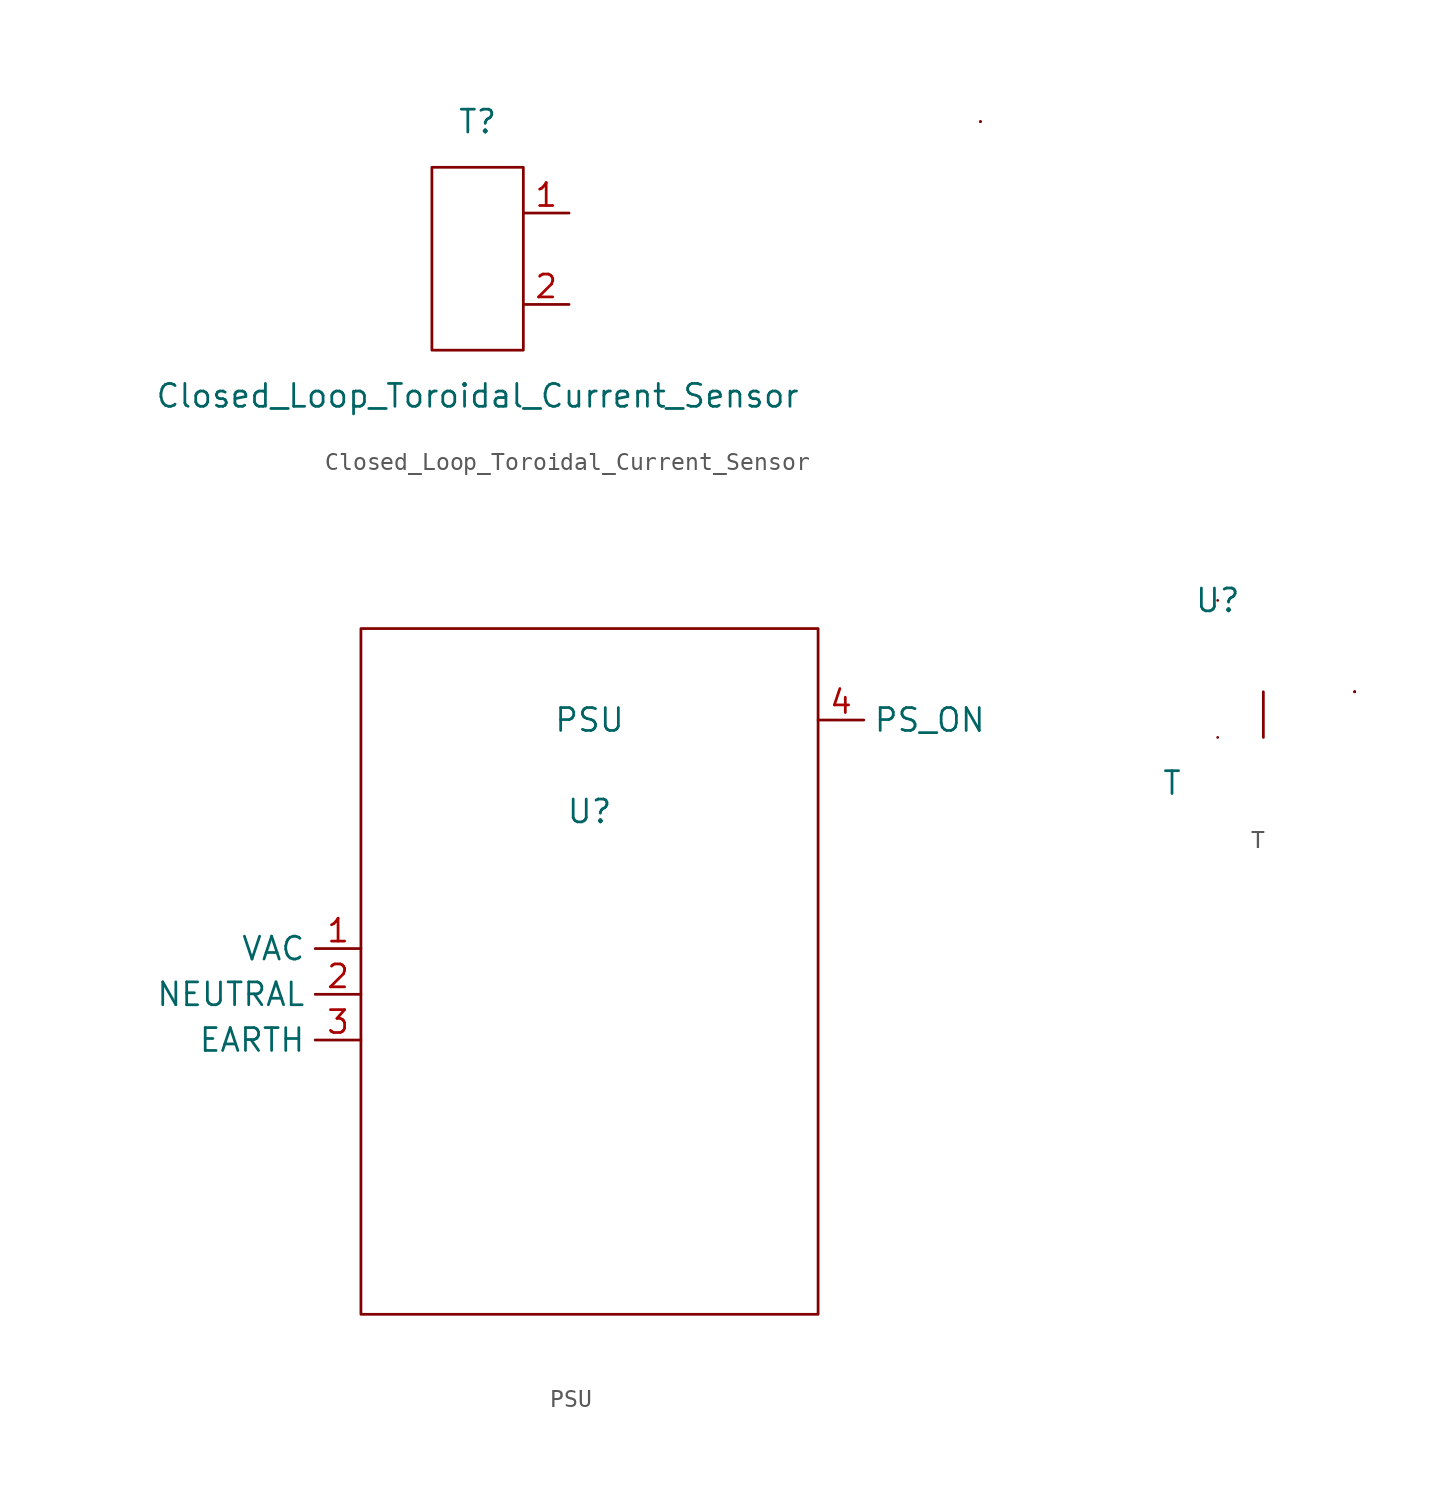
<source format=kicad_sym>
(kicad_symbol_lib
  (version 20211014)
  (generator kicad_symbol_editor)
  (symbol "Closed_Loop_Toroidal_Current_Sensor"
    (pin_names hide)
    (property "Reference" "T"
      (at 0 7.62 0)
      (effects (font (size 1.27 1.27))))
    (property "Value" "Closed_Loop_Toroidal_Current_Sensor"
      (at 0 -7.62 0)
      (effects (font (size 1.27 1.27))))
    (symbol "Closed_Loop_Toroidal_Current_Sensor_0_1"
      (rectangle (start -2.54 5.08) (end 2.54 -5.08) (stroke (width 0) (type default) (color 0 0 0 0)) (fill (type none)))
      (rectangle (start 2.54 2.54) (end 2.54 2.54) (stroke (width 0) (type default) (color 0 0 0 0)) (fill (type none)))
      (rectangle (start 2.54 2.54) (end 2.54 2.54) (stroke (width 0) (type default) (color 0 0 0 0)) (fill (type none)))
      (rectangle (start 2.54 2.54) (end 2.54 2.54) (stroke (width 0) (type default) (color 0 0 0 0)) (fill (type none)))
      (arc (start 27.94 7.62) (mid 27.94 7.62) (end 27.94 7.62) (stroke (width 0) (type default) (color 0 0 0 0)) (fill (type none)))
      (arc (start 27.94 7.62) (mid 27.94 7.62) (end 27.94 7.62) (stroke (width 0) (type default) (color 0 0 0 0)) (fill (type none))))
    (symbol "Closed_Loop_Toroidal_Current_Sensor_1_1"
      (pin input line (at 2.54 2.54 0) (length 2.54) (name "Current_Sense_A" (effects (font (size 1.27 1.27)))) (number "1" (effects (font (size 1.27 1.27)))))
      (pin input line (at 2.54 -2.54 0) (length 2.54) (name "Current_Sense_B" (effects (font (size 1.27 1.27)))) (number "2" (effects (font (size 1.27 1.27)))))))
  (symbol "PSU"
    (property "Reference" "U"
      (at 5.08 5.08 0)
      (effects (font (size 1.27 1.27))))
    (property "Value" "PSU"
      (at 5.08 10.16 0)
      (effects (font (size 1.27 1.27))))
    (symbol "PSU_0_1"
      (rectangle (start -7.62 15.24) (end 17.78 -22.86) (stroke (width 0) (type default) (color 0 0 0 0)) (fill (type none))))
    (symbol "PSU_1_1"
      (pin power_in line (at -7.62 -2.54 180) (length 2.54) (name "VAC" (effects (font (size 1.27 1.27)))) (number "1" (effects (font (size 1.27 1.27)))))
      (pin power_in line (at -7.62 -5.08 180) (length 2.54) (name "NEUTRAL" (effects (font (size 1.27 1.27)))) (number "2" (effects (font (size 1.27 1.27)))))
      (pin power_in line (at -7.62 -7.62 180) (length 2.54) (name "EARTH" (effects (font (size 1.27 1.27)))) (number "3" (effects (font (size 1.27 1.27)))))
      (pin power_in line (at 17.78 10.16 0) (length 2.54) (name "PS_ON" (effects (font (size 1.27 1.27)))) (number "4" (effects (font (size 1.27 1.27)))))))
  (symbol "T"
    (property "Reference" "U"
      (at 2.54 10.16 0)
      (effects (font (size 1.27 1.27))))
    (property "Value" "T"
      (at 0 0 0)
      (effects (font (size 1.27 1.27))))
    (symbol "T_0_1"
      (rectangle (start 2.54 2.54) (end 2.54 2.54) (stroke (width 0) (type default) (color 0 0 0 0)) (fill (type none)))
      (rectangle (start 2.54 10.16) (end 2.54 10.16) (stroke (width 0) (type default) (color 0 0 0 0)) (fill (type none)))
      (rectangle (start 5.08 5.08) (end 5.08 2.54) (stroke (width 0) (type default) (color 0 0 0 0)) (fill (type none)))
      (rectangle (start 10.16 5.08) (end 10.16 5.08) (stroke (width 0) (type default) (color 0 0 0 0)) (fill (type none)))
      (rectangle (start 10.16 5.08) (end 10.16 5.08) (stroke (width 0) (type default) (color 0 0 0 0)) (fill (type none)))
      (rectangle (start 10.16 5.08) (end 10.16 5.08) (stroke (width 0) (type default) (color 0 0 0 0)) (fill (type none))))))
</source>
